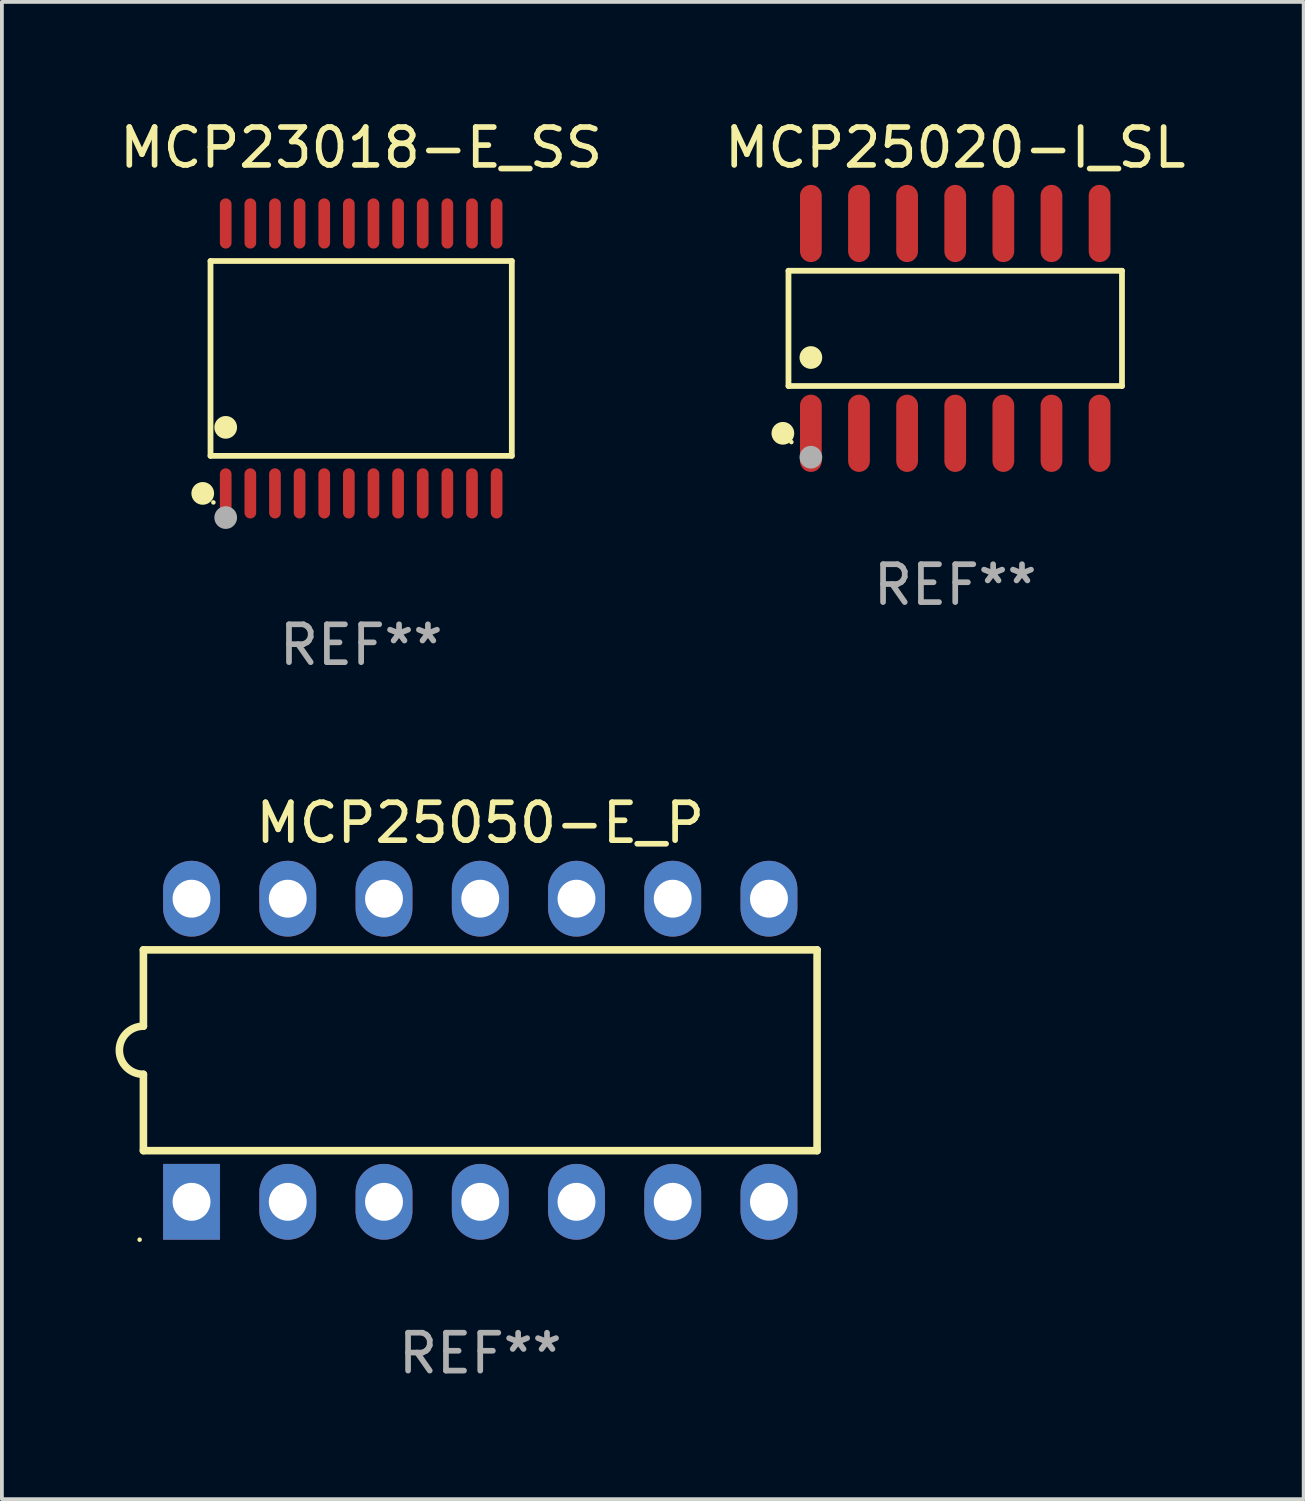
<source format=kicad_pcb>
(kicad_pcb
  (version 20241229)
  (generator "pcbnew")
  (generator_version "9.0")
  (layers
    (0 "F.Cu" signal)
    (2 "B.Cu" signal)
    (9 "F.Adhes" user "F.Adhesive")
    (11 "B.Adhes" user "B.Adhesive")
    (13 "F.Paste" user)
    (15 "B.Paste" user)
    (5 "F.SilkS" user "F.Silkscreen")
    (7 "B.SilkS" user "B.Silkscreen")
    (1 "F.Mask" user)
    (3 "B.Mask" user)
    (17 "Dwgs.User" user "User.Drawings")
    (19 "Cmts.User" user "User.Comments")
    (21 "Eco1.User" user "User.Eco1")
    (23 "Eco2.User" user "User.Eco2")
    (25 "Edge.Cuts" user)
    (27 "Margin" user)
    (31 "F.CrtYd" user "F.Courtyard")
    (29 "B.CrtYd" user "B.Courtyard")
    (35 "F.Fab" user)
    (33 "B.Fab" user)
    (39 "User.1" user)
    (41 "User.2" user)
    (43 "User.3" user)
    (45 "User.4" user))
  (footprint "MCP25050-E_P"
    (layer "F.Cu")
    (at 9.625 24.669)
    (property "Reference" "MCP25050-E_P" (at 0 -6 0) (layer "F.SilkS") (effects (font (size 1 1) (thickness 0.15))))
    (attr through_hole)
    (fp_line (start -8.89 -2.65) (end -8.89 -0.635) (stroke (width 0.2) (type solid)) (layer "F.SilkS"))
    (fp_line (start -8.89 0.635) (end -8.89 2.65) (stroke (width 0.2) (type solid)) (layer "F.SilkS"))
    (fp_line (start -8.89 2.65) (end 8.89 2.65) (stroke (width 0.2) (type solid)) (layer "F.SilkS"))
    (fp_line (start 8.89 -2.65) (end -8.89 -2.65) (stroke (width 0.2) (type solid)) (layer "F.SilkS"))
    (fp_line (start 8.89 2.65) (end 8.89 -2.65) (stroke (width 0.2) (type solid)) (layer "F.SilkS"))
    (fp_arc (start -8.890018 0.635001) (mid -9.525019 0) (end -8.890018 -0.635001) (stroke (width 0.2) (type solid)) (layer "F.SilkS"))
    (fp_circle (center -8.99 5) (end -8.96 5) (stroke (width 0.06) (type solid)) (fill no) (layer "F.SilkS"))
    (fp_text user "REF**" (at 0 8 0) (layer "F.Fab") (effects (font (size 1 1) (thickness 0.15))))
    (pad "1" thru_hole rect (at -7.62 4 90) (size 2 1.5) (drill 1) (layers "*.Cu" "*.Mask"))
    (pad "2" thru_hole oval (at -5.08 4 90) (size 2 1.5) (drill 1) (layers "*.Cu" "*.Mask"))
    (pad "3" thru_hole oval (at -2.54 4 90) (size 2 1.5) (drill 1) (layers "*.Cu" "*.Mask"))
    (pad "4" thru_hole oval (at 0 4 90) (size 2 1.5) (drill 1) (layers "*.Cu" "*.Mask"))
    (pad "5" thru_hole oval (at 2.54 4 90) (size 2 1.5) (drill 1) (layers "*.Cu" "*.Mask"))
    (pad "6" thru_hole oval (at 5.08 4 90) (size 2 1.5) (drill 1) (layers "*.Cu" "*.Mask"))
    (pad "7" thru_hole oval (at 7.62 4 90) (size 2 1.5) (drill 1) (layers "*.Cu" "*.Mask"))
    (pad "8" thru_hole oval (at 7.62 -4 90) (size 2 1.5) (drill 1) (layers "*.Cu" "*.Mask"))
    (pad "9" thru_hole oval (at 5.08 -4 90) (size 2 1.5) (drill 1) (layers "*.Cu" "*.Mask"))
    (pad "10" thru_hole oval (at 2.54 -4 90) (size 2 1.5) (drill 1) (layers "*.Cu" "*.Mask"))
    (pad "11" thru_hole oval (at 0 -4 90) (size 2 1.5) (drill 1) (layers "*.Cu" "*.Mask"))
    (pad "12" thru_hole oval (at -2.54 -4 90) (size 2 1.5) (drill 1) (layers "*.Cu" "*.Mask"))
    (pad "13" thru_hole oval (at -5.08 -4 90) (size 2 1.5) (drill 1) (layers "*.Cu" "*.Mask"))
    (pad "14" thru_hole oval (at -7.62 -4 90) (size 2 1.5) (drill 1) (layers "*.Cu" "*.Mask")))
  (footprint "MCP25020-I_SL"
    (layer "F.Cu")
    (at 22.161 5.617)
    (property "Reference" "MCP25020-I_SL" (at 0 -4.769 0) (layer "F.SilkS") (effects (font (size 1 1) (thickness 0.15))))
    (attr through_hole)
    (fp_line (start -4.401 -1.521) (end 4.401 -1.521) (stroke (width 0.152) (type solid)) (layer "F.SilkS"))
    (fp_line (start -4.401 1.521) (end -4.401 -1.521) (stroke (width 0.152) (type solid)) (layer "F.SilkS"))
    (fp_line (start 4.401 -1.521) (end 4.401 1.521) (stroke (width 0.152) (type solid)) (layer "F.SilkS"))
    (fp_line (start 4.401 1.521) (end -4.401 1.521) (stroke (width 0.152) (type solid)) (layer "F.SilkS"))
    (fp_circle (center -4.549 2.769) (end -4.399 2.769) (stroke (width 0.3) (type solid)) (fill no) (layer "F.SilkS"))
    (fp_circle (center -4.325 3) (end -4.295 3) (stroke (width 0.06) (type solid)) (fill no) (layer "F.SilkS"))
    (fp_circle (center -3.81 0.769) (end -3.66 0.769) (stroke (width 0.3) (type solid)) (fill no) (layer "F.SilkS"))
    (fp_circle (center -3.81 3.4) (end -3.66 3.4) (stroke (width 0.3) (type solid)) (fill no) (layer "F.Fab"))
    (fp_text user "REF**" (at 0 6.769 0) (layer "F.Fab") (effects (font (size 1 1) (thickness 0.15))))
    (pad "1" smd oval (at -3.81 2.769) (size 0.574 2.038) (layers "F.Cu" "F.Mask" "F.Paste"))
    (pad "2" smd oval (at -2.54 2.769) (size 0.574 2.038) (layers "F.Cu" "F.Mask" "F.Paste"))
    (pad "3" smd oval (at -1.27 2.769) (size 0.574 2.038) (layers "F.Cu" "F.Mask" "F.Paste"))
    (pad "4" smd oval (at 0 2.769) (size 0.574 2.038) (layers "F.Cu" "F.Mask" "F.Paste"))
    (pad "5" smd oval (at 1.27 2.769) (size 0.574 2.038) (layers "F.Cu" "F.Mask" "F.Paste"))
    (pad "6" smd oval (at 2.54 2.769) (size 0.574 2.038) (layers "F.Cu" "F.Mask" "F.Paste"))
    (pad "7" smd oval (at 3.81 2.769) (size 0.574 2.038) (layers "F.Cu" "F.Mask" "F.Paste"))
    (pad "8" smd oval (at 3.81 -2.769) (size 0.574 2.038) (layers "F.Cu" "F.Mask" "F.Paste"))
    (pad "9" smd oval (at 2.54 -2.769) (size 0.574 2.038) (layers "F.Cu" "F.Mask" "F.Paste"))
    (pad "10" smd oval (at 1.27 -2.769) (size 0.574 2.038) (layers "F.Cu" "F.Mask" "F.Paste"))
    (pad "11" smd oval (at 0 -2.769) (size 0.574 2.038) (layers "F.Cu" "F.Mask" "F.Paste"))
    (pad "12" smd oval (at -1.27 -2.769) (size 0.574 2.038) (layers "F.Cu" "F.Mask" "F.Paste"))
    (pad "13" smd oval (at -2.54 -2.769) (size 0.574 2.038) (layers "F.Cu" "F.Mask" "F.Paste"))
    (pad "14" smd oval (at -3.81 -2.769) (size 0.574 2.038) (layers "F.Cu" "F.Mask" "F.Paste")))
  (footprint "MCP23018-E_SS"
    (layer "F.Cu")
    (at 6.482 6.41)
    (property "Reference" "MCP23018-E_SS" (at 0 -5.562 0) (layer "F.SilkS") (effects (font (size 1 1) (thickness 0.15))))
    (attr through_hole)
    (fp_line (start -3.976 -2.571) (end 3.976 -2.571) (stroke (width 0.152) (type solid)) (layer "F.SilkS"))
    (fp_line (start -3.976 2.571) (end -3.976 -2.571) (stroke (width 0.152) (type solid)) (layer "F.SilkS"))
    (fp_line (start 3.976 -2.571) (end 3.976 2.571) (stroke (width 0.152) (type solid)) (layer "F.SilkS"))
    (fp_line (start 3.976 2.571) (end -3.976 2.571) (stroke (width 0.152) (type solid)) (layer "F.SilkS"))
    (fp_circle (center -4.181 3.562) (end -4.031 3.562) (stroke (width 0.3) (type solid)) (fill no) (layer "F.SilkS"))
    (fp_circle (center -3.9 3.8) (end -3.87 3.8) (stroke (width 0.06) (type solid)) (fill no) (layer "F.SilkS"))
    (fp_circle (center -3.575 1.819) (end -3.425 1.819) (stroke (width 0.3) (type solid)) (fill no) (layer "F.SilkS"))
    (fp_circle (center -3.575 4.2) (end -3.425 4.2) (stroke (width 0.3) (type solid)) (fill no) (layer "F.Fab"))
    (fp_text user "REF**" (at 0 7.562 0) (layer "F.Fab") (effects (font (size 1 1) (thickness 0.15))))
    (pad "1" smd oval (at -3.575 3.562) (size 0.308 1.324) (layers "F.Cu" "F.Mask" "F.Paste"))
    (pad "2" smd oval (at -2.925 3.562) (size 0.308 1.324) (layers "F.Cu" "F.Mask" "F.Paste"))
    (pad "3" smd oval (at -2.275 3.562) (size 0.308 1.324) (layers "F.Cu" "F.Mask" "F.Paste"))
    (pad "4" smd oval (at -1.625 3.562) (size 0.308 1.324) (layers "F.Cu" "F.Mask" "F.Paste"))
    (pad "5" smd oval (at -0.975 3.562) (size 0.308 1.324) (layers "F.Cu" "F.Mask" "F.Paste"))
    (pad "6" smd oval (at -0.325 3.562) (size 0.308 1.324) (layers "F.Cu" "F.Mask" "F.Paste"))
    (pad "7" smd oval (at 0.325 3.562) (size 0.308 1.324) (layers "F.Cu" "F.Mask" "F.Paste"))
    (pad "8" smd oval (at 0.975 3.562) (size 0.308 1.324) (layers "F.Cu" "F.Mask" "F.Paste"))
    (pad "9" smd oval (at 1.625 3.562) (size 0.308 1.324) (layers "F.Cu" "F.Mask" "F.Paste"))
    (pad "10" smd oval (at 2.275 3.562) (size 0.308 1.324) (layers "F.Cu" "F.Mask" "F.Paste"))
    (pad "11" smd oval (at 2.925 3.562) (size 0.308 1.324) (layers "F.Cu" "F.Mask" "F.Paste"))
    (pad "12" smd oval (at 3.575 3.562) (size 0.308 1.324) (layers "F.Cu" "F.Mask" "F.Paste"))
    (pad "13" smd oval (at 3.575 -3.562) (size 0.308 1.324) (layers "F.Cu" "F.Mask" "F.Paste"))
    (pad "14" smd oval (at 2.925 -3.562) (size 0.308 1.324) (layers "F.Cu" "F.Mask" "F.Paste"))
    (pad "15" smd oval (at 2.275 -3.562) (size 0.308 1.324) (layers "F.Cu" "F.Mask" "F.Paste"))
    (pad "16" smd oval (at 1.625 -3.562) (size 0.308 1.324) (layers "F.Cu" "F.Mask" "F.Paste"))
    (pad "17" smd oval (at 0.975 -3.562) (size 0.308 1.324) (layers "F.Cu" "F.Mask" "F.Paste"))
    (pad "18" smd oval (at 0.325 -3.562) (size 0.308 1.324) (layers "F.Cu" "F.Mask" "F.Paste"))
    (pad "19" smd oval (at -0.325 -3.562) (size 0.308 1.324) (layers "F.Cu" "F.Mask" "F.Paste"))
    (pad "20" smd oval (at -0.975 -3.562) (size 0.308 1.324) (layers "F.Cu" "F.Mask" "F.Paste"))
    (pad "21" smd oval (at -1.625 -3.562) (size 0.308 1.324) (layers "F.Cu" "F.Mask" "F.Paste"))
    (pad "22" smd oval (at -2.275 -3.562) (size 0.308 1.324) (layers "F.Cu" "F.Mask" "F.Paste"))
    (pad "23" smd oval (at -2.925 -3.562) (size 0.308 1.324) (layers "F.Cu" "F.Mask" "F.Paste"))
    (pad "24" smd oval (at -3.575 -3.562) (size 0.308 1.324) (layers "F.Cu" "F.Mask" "F.Paste")))
  (gr_rect
    (start -3 -3)
    (end 31.357 36.517)
    (stroke (width 0.1) (type default))
    (fill no)
    (layer "Edge.Cuts")))
</source>
